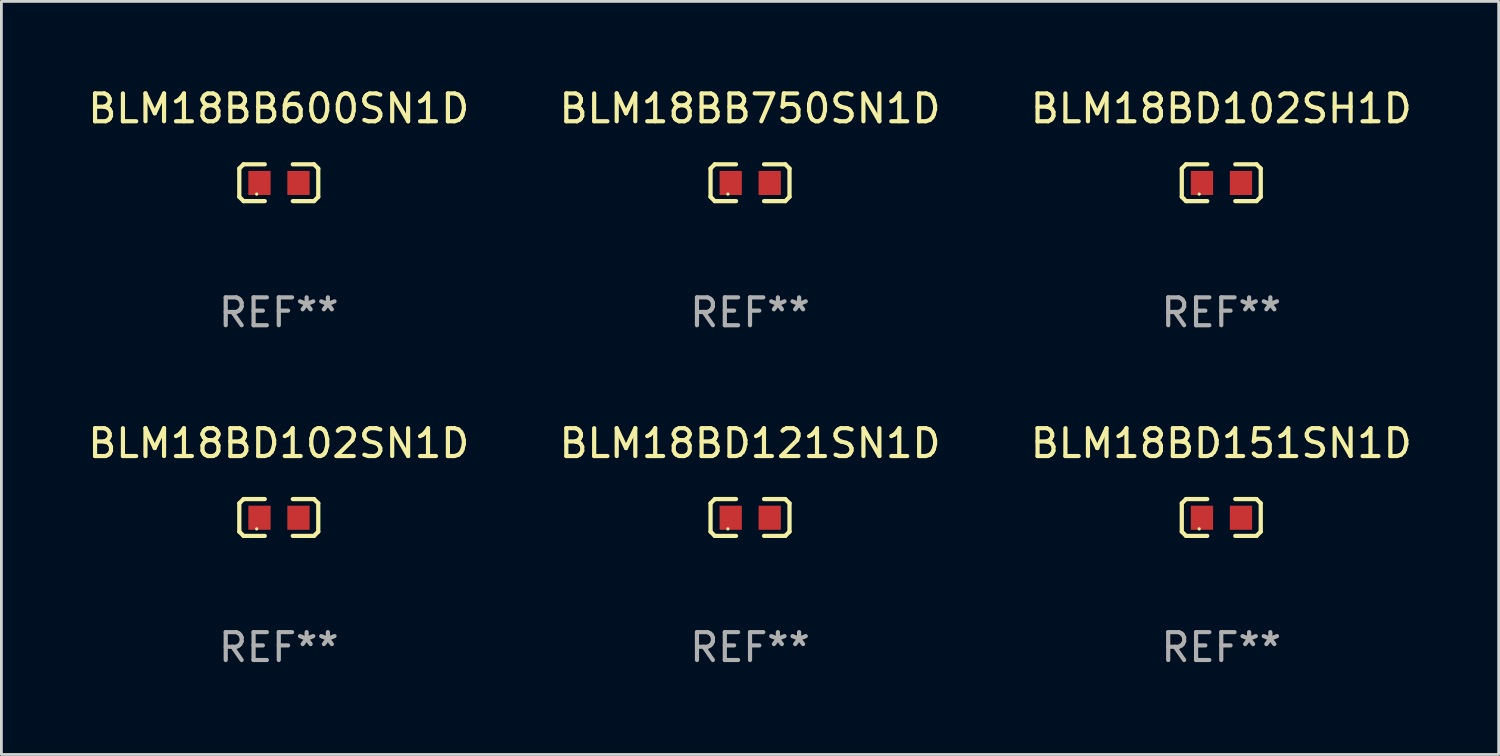
<source format=kicad_pcb>
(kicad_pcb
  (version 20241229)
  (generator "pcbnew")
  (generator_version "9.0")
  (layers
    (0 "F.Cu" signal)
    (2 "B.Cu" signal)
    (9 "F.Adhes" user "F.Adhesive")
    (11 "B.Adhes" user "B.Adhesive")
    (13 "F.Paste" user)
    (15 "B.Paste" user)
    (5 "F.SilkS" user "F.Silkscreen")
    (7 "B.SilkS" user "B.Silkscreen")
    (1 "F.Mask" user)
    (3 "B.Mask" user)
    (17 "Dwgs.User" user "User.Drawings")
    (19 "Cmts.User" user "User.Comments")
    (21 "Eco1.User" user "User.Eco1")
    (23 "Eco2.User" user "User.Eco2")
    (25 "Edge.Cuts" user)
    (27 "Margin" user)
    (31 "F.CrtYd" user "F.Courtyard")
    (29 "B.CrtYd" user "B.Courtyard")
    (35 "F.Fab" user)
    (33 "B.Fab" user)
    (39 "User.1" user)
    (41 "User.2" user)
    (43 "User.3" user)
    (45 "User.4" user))
  (footprint "BLM18BD102SN1D"
    (layer "F.Cu")
    (at 6.958 15.527)
    (property "Reference" "BLM18BD102SN1D" (at 0 -2.661 0) (layer "F.SilkS") (effects (font (size 1 1) (thickness 0.15))))
    (attr through_hole)
    (fp_line (start -1.417 -0.508) (end -1.265 -0.661) (stroke (width 0.152) (type solid)) (layer "F.SilkS"))
    (fp_line (start -1.417 0.508) (end -1.417 -0.508) (stroke (width 0.152) (type solid)) (layer "F.SilkS"))
    (fp_line (start -1.265 -0.661) (end -0.503 -0.661) (stroke (width 0.152) (type solid)) (layer "F.SilkS"))
    (fp_line (start -1.265 0.661) (end -1.417 0.508) (stroke (width 0.152) (type solid)) (layer "F.SilkS"))
    (fp_line (start -1.265 0.661) (end -0.503 0.661) (stroke (width 0.152) (type solid)) (layer "F.SilkS"))
    (fp_line (start 1.265 -0.661) (end 0.503 -0.661) (stroke (width 0.152) (type solid)) (layer "F.SilkS"))
    (fp_line (start 1.265 -0.661) (end 1.417 -0.508) (stroke (width 0.152) (type solid)) (layer "F.SilkS"))
    (fp_line (start 1.265 0.661) (end 0.503 0.661) (stroke (width 0.152) (type solid)) (layer "F.SilkS"))
    (fp_line (start 1.417 -0.508) (end 1.417 0.508) (stroke (width 0.152) (type solid)) (layer "F.SilkS"))
    (fp_line (start 1.417 0.508) (end 1.265 0.661) (stroke (width 0.152) (type solid)) (layer "F.SilkS"))
    (fp_circle (center -0.793 0.409) (end -0.763 0.409) (stroke (width 0.06) (type solid)) (fill no) (layer "F.SilkS"))
    (fp_text user "REF**" (at 0 4.661 0) (layer "F.Fab") (effects (font (size 1 1) (thickness 0.15))))
    (pad "1" smd rect (at -0.693 0.009 180) (size 0.8 0.864) (layers "F.Cu" "F.Mask" "F.Paste"))
    (pad "2" smd rect (at 0.707 0.009 180) (size 0.8 0.864) (layers "F.Cu" "F.Mask" "F.Paste")))
  (footprint "BLM18BD102SH1D"
    (layer "F.Cu")
    (at 40.792 3.509)
    (property "Reference" "BLM18BD102SH1D" (at 0 -2.661 0) (layer "F.SilkS") (effects (font (size 1 1) (thickness 0.15))))
    (attr through_hole)
    (fp_line (start -1.417 -0.508) (end -1.265 -0.661) (stroke (width 0.152) (type solid)) (layer "F.SilkS"))
    (fp_line (start -1.417 0.508) (end -1.417 -0.508) (stroke (width 0.152) (type solid)) (layer "F.SilkS"))
    (fp_line (start -1.265 -0.661) (end -0.503 -0.661) (stroke (width 0.152) (type solid)) (layer "F.SilkS"))
    (fp_line (start -1.265 0.661) (end -1.417 0.508) (stroke (width 0.152) (type solid)) (layer "F.SilkS"))
    (fp_line (start -1.265 0.661) (end -0.503 0.661) (stroke (width 0.152) (type solid)) (layer "F.SilkS"))
    (fp_line (start 1.265 -0.661) (end 0.503 -0.661) (stroke (width 0.152) (type solid)) (layer "F.SilkS"))
    (fp_line (start 1.265 -0.661) (end 1.417 -0.508) (stroke (width 0.152) (type solid)) (layer "F.SilkS"))
    (fp_line (start 1.265 0.661) (end 0.503 0.661) (stroke (width 0.152) (type solid)) (layer "F.SilkS"))
    (fp_line (start 1.417 -0.508) (end 1.417 0.508) (stroke (width 0.152) (type solid)) (layer "F.SilkS"))
    (fp_line (start 1.417 0.508) (end 1.265 0.661) (stroke (width 0.152) (type solid)) (layer "F.SilkS"))
    (fp_circle (center -0.793 0.409) (end -0.763 0.409) (stroke (width 0.06) (type solid)) (fill no) (layer "F.SilkS"))
    (fp_text user "REF**" (at 0 4.661 0) (layer "F.Fab") (effects (font (size 1 1) (thickness 0.15))))
    (pad "1" smd rect (at -0.693 0.009 180) (size 0.8 0.864) (layers "F.Cu" "F.Mask" "F.Paste"))
    (pad "2" smd rect (at 0.707 0.009 180) (size 0.8 0.864) (layers "F.Cu" "F.Mask" "F.Paste")))
  (footprint "BLM18BB600SN1D"
    (layer "F.Cu")
    (at 6.958 3.509)
    (property "Reference" "BLM18BB600SN1D" (at 0 -2.661 0) (layer "F.SilkS") (effects (font (size 1 1) (thickness 0.15))))
    (attr through_hole)
    (fp_line (start -1.417 -0.508) (end -1.265 -0.661) (stroke (width 0.152) (type solid)) (layer "F.SilkS"))
    (fp_line (start -1.417 0.508) (end -1.417 -0.508) (stroke (width 0.152) (type solid)) (layer "F.SilkS"))
    (fp_line (start -1.265 -0.661) (end -0.503 -0.661) (stroke (width 0.152) (type solid)) (layer "F.SilkS"))
    (fp_line (start -1.265 0.661) (end -1.417 0.508) (stroke (width 0.152) (type solid)) (layer "F.SilkS"))
    (fp_line (start -1.265 0.661) (end -0.503 0.661) (stroke (width 0.152) (type solid)) (layer "F.SilkS"))
    (fp_line (start 1.265 -0.661) (end 0.503 -0.661) (stroke (width 0.152) (type solid)) (layer "F.SilkS"))
    (fp_line (start 1.265 -0.661) (end 1.417 -0.508) (stroke (width 0.152) (type solid)) (layer "F.SilkS"))
    (fp_line (start 1.265 0.661) (end 0.503 0.661) (stroke (width 0.152) (type solid)) (layer "F.SilkS"))
    (fp_line (start 1.417 -0.508) (end 1.417 0.508) (stroke (width 0.152) (type solid)) (layer "F.SilkS"))
    (fp_line (start 1.417 0.508) (end 1.265 0.661) (stroke (width 0.152) (type solid)) (layer "F.SilkS"))
    (fp_circle (center -0.793 0.409) (end -0.763 0.409) (stroke (width 0.06) (type solid)) (fill no) (layer "F.SilkS"))
    (fp_text user "REF**" (at 0 4.661 0) (layer "F.Fab") (effects (font (size 1 1) (thickness 0.15))))
    (pad "1" smd rect (at -0.693 0.009 180) (size 0.8 0.864) (layers "F.Cu" "F.Mask" "F.Paste"))
    (pad "2" smd rect (at 0.707 0.009 180) (size 0.8 0.864) (layers "F.Cu" "F.Mask" "F.Paste")))
  (footprint "BLM18BB750SN1D"
    (layer "F.Cu")
    (at 23.875 3.509)
    (property "Reference" "BLM18BB750SN1D" (at 0 -2.661 0) (layer "F.SilkS") (effects (font (size 1 1) (thickness 0.15))))
    (attr through_hole)
    (fp_line (start -1.417 -0.508) (end -1.265 -0.661) (stroke (width 0.152) (type solid)) (layer "F.SilkS"))
    (fp_line (start -1.417 0.508) (end -1.417 -0.508) (stroke (width 0.152) (type solid)) (layer "F.SilkS"))
    (fp_line (start -1.265 -0.661) (end -0.503 -0.661) (stroke (width 0.152) (type solid)) (layer "F.SilkS"))
    (fp_line (start -1.265 0.661) (end -1.417 0.508) (stroke (width 0.152) (type solid)) (layer "F.SilkS"))
    (fp_line (start -1.265 0.661) (end -0.503 0.661) (stroke (width 0.152) (type solid)) (layer "F.SilkS"))
    (fp_line (start 1.265 -0.661) (end 0.503 -0.661) (stroke (width 0.152) (type solid)) (layer "F.SilkS"))
    (fp_line (start 1.265 -0.661) (end 1.417 -0.508) (stroke (width 0.152) (type solid)) (layer "F.SilkS"))
    (fp_line (start 1.265 0.661) (end 0.503 0.661) (stroke (width 0.152) (type solid)) (layer "F.SilkS"))
    (fp_line (start 1.417 -0.508) (end 1.417 0.508) (stroke (width 0.152) (type solid)) (layer "F.SilkS"))
    (fp_line (start 1.417 0.508) (end 1.265 0.661) (stroke (width 0.152) (type solid)) (layer "F.SilkS"))
    (fp_circle (center -0.793 0.409) (end -0.763 0.409) (stroke (width 0.06) (type solid)) (fill no) (layer "F.SilkS"))
    (fp_text user "REF**" (at 0 4.661 0) (layer "F.Fab") (effects (font (size 1 1) (thickness 0.15))))
    (pad "1" smd rect (at -0.693 0.009 180) (size 0.8 0.864) (layers "F.Cu" "F.Mask" "F.Paste"))
    (pad "2" smd rect (at 0.707 0.009 180) (size 0.8 0.864) (layers "F.Cu" "F.Mask" "F.Paste")))
  (footprint "BLM18BD121SN1D"
    (layer "F.Cu")
    (at 23.875 15.527)
    (property "Reference" "BLM18BD121SN1D" (at 0 -2.661 0) (layer "F.SilkS") (effects (font (size 1 1) (thickness 0.15))))
    (attr through_hole)
    (fp_line (start -1.417 -0.508) (end -1.265 -0.661) (stroke (width 0.152) (type solid)) (layer "F.SilkS"))
    (fp_line (start -1.417 0.508) (end -1.417 -0.508) (stroke (width 0.152) (type solid)) (layer "F.SilkS"))
    (fp_line (start -1.265 -0.661) (end -0.503 -0.661) (stroke (width 0.152) (type solid)) (layer "F.SilkS"))
    (fp_line (start -1.265 0.661) (end -1.417 0.508) (stroke (width 0.152) (type solid)) (layer "F.SilkS"))
    (fp_line (start -1.265 0.661) (end -0.503 0.661) (stroke (width 0.152) (type solid)) (layer "F.SilkS"))
    (fp_line (start 1.265 -0.661) (end 0.503 -0.661) (stroke (width 0.152) (type solid)) (layer "F.SilkS"))
    (fp_line (start 1.265 -0.661) (end 1.417 -0.508) (stroke (width 0.152) (type solid)) (layer "F.SilkS"))
    (fp_line (start 1.265 0.661) (end 0.503 0.661) (stroke (width 0.152) (type solid)) (layer "F.SilkS"))
    (fp_line (start 1.417 -0.508) (end 1.417 0.508) (stroke (width 0.152) (type solid)) (layer "F.SilkS"))
    (fp_line (start 1.417 0.508) (end 1.265 0.661) (stroke (width 0.152) (type solid)) (layer "F.SilkS"))
    (fp_circle (center -0.793 0.409) (end -0.763 0.409) (stroke (width 0.06) (type solid)) (fill no) (layer "F.SilkS"))
    (fp_text user "REF**" (at 0 4.661 0) (layer "F.Fab") (effects (font (size 1 1) (thickness 0.15))))
    (pad "1" smd rect (at -0.693 0.009 180) (size 0.8 0.864) (layers "F.Cu" "F.Mask" "F.Paste"))
    (pad "2" smd rect (at 0.707 0.009 180) (size 0.8 0.864) (layers "F.Cu" "F.Mask" "F.Paste")))
  (footprint "BLM18BD151SN1D"
    (layer "F.Cu")
    (at 40.792 15.527)
    (property "Reference" "BLM18BD151SN1D" (at 0 -2.661 0) (layer "F.SilkS") (effects (font (size 1 1) (thickness 0.15))))
    (attr through_hole)
    (fp_line (start -1.417 -0.508) (end -1.265 -0.661) (stroke (width 0.152) (type solid)) (layer "F.SilkS"))
    (fp_line (start -1.417 0.508) (end -1.417 -0.508) (stroke (width 0.152) (type solid)) (layer "F.SilkS"))
    (fp_line (start -1.265 -0.661) (end -0.503 -0.661) (stroke (width 0.152) (type solid)) (layer "F.SilkS"))
    (fp_line (start -1.265 0.661) (end -1.417 0.508) (stroke (width 0.152) (type solid)) (layer "F.SilkS"))
    (fp_line (start -1.265 0.661) (end -0.503 0.661) (stroke (width 0.152) (type solid)) (layer "F.SilkS"))
    (fp_line (start 1.265 -0.661) (end 0.503 -0.661) (stroke (width 0.152) (type solid)) (layer "F.SilkS"))
    (fp_line (start 1.265 -0.661) (end 1.417 -0.508) (stroke (width 0.152) (type solid)) (layer "F.SilkS"))
    (fp_line (start 1.265 0.661) (end 0.503 0.661) (stroke (width 0.152) (type solid)) (layer "F.SilkS"))
    (fp_line (start 1.417 -0.508) (end 1.417 0.508) (stroke (width 0.152) (type solid)) (layer "F.SilkS"))
    (fp_line (start 1.417 0.508) (end 1.265 0.661) (stroke (width 0.152) (type solid)) (layer "F.SilkS"))
    (fp_circle (center -0.793 0.409) (end -0.763 0.409) (stroke (width 0.06) (type solid)) (fill no) (layer "F.SilkS"))
    (fp_text user "REF**" (at 0 4.661 0) (layer "F.Fab") (effects (font (size 1 1) (thickness 0.15))))
    (pad "1" smd rect (at -0.693 0.009 180) (size 0.8 0.864) (layers "F.Cu" "F.Mask" "F.Paste"))
    (pad "2" smd rect (at 0.707 0.009 180) (size 0.8 0.864) (layers "F.Cu" "F.Mask" "F.Paste")))
  (gr_rect
    (start -3 -3)
    (end 50.75 24.035)
    (stroke (width 0.1) (type default))
    (fill no)
    (layer "Edge.Cuts")))
</source>
